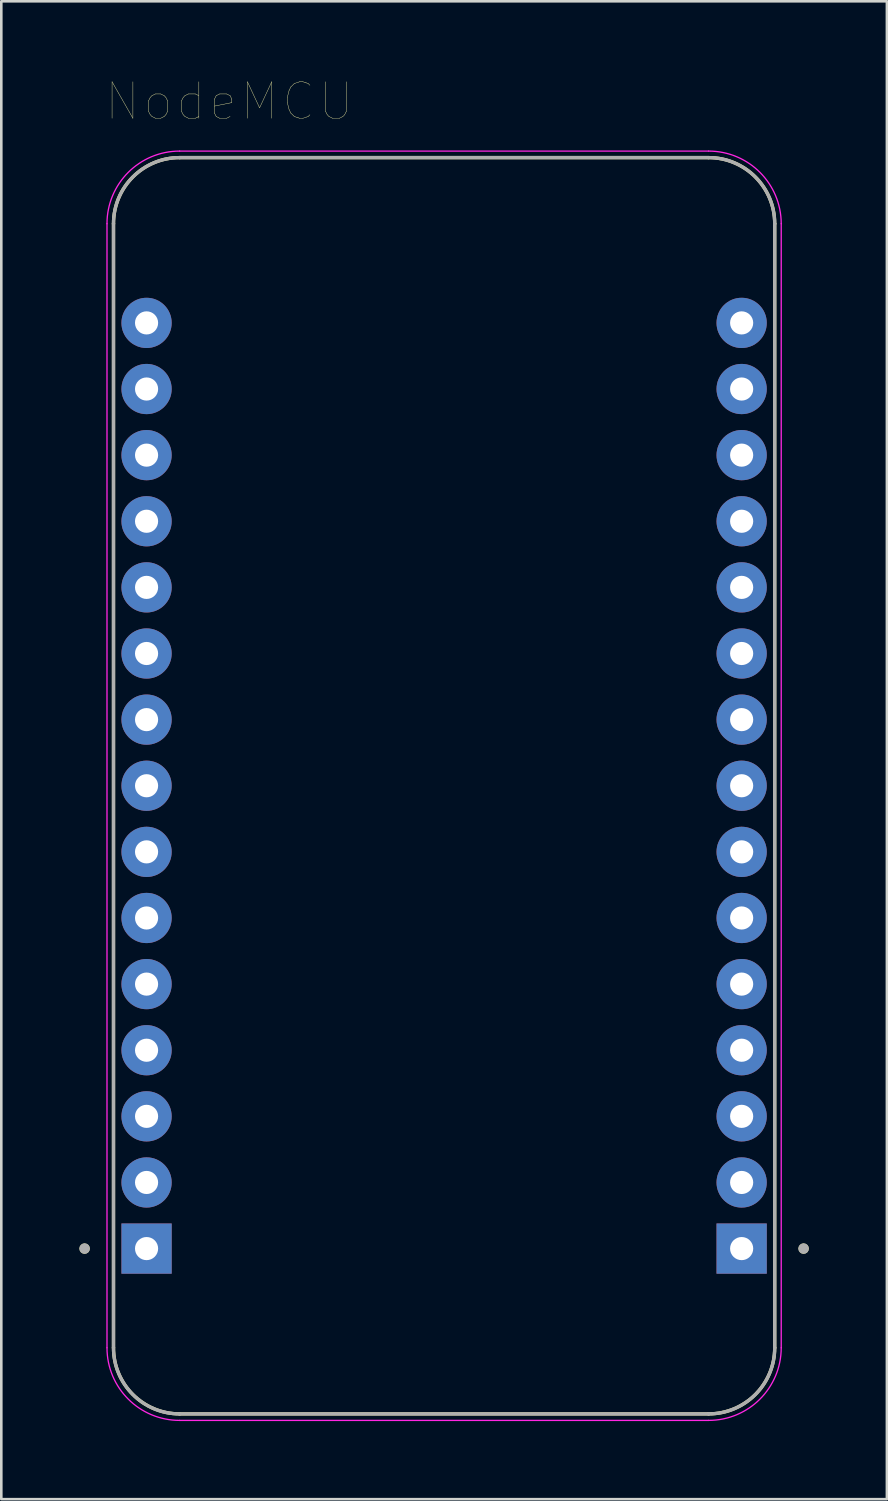
<source format=kicad_pcb>
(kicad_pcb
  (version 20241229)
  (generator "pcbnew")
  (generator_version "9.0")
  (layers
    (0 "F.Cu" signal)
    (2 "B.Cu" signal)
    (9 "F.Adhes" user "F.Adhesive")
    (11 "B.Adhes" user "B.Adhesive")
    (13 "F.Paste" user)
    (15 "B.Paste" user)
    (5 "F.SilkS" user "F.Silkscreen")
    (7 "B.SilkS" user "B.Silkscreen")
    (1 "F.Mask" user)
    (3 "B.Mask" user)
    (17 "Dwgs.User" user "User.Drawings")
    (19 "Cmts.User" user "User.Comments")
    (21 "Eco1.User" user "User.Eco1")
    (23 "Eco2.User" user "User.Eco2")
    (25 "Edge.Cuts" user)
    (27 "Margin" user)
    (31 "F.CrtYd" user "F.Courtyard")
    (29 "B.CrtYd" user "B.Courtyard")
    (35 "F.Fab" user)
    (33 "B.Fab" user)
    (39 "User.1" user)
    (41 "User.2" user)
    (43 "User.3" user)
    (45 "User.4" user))
  (footprint "NodeMCU"
    (layer "F.Cu")
    (at 14.01 27.134)
    (property "Reference" "NodeMCU" (at -8.255 -26.289 0) (layer "F.SilkS") (effects (font (size 1.4 1.4) (thickness 0.015))))
    (attr through_hole)
    (fp_line (start -12.7 21.59) (end -12.7 -21.59) (stroke (width 0.127) (type solid)) (layer "F.SilkS"))
    (fp_line (start -10.16 -24.13) (end 10.16 -24.13) (stroke (width 0.127) (type solid)) (layer "F.SilkS"))
    (fp_line (start 10.16 24.13) (end -10.16 24.13) (stroke (width 0.127) (type solid)) (layer "F.SilkS"))
    (fp_line (start 12.7 -21.59) (end 12.7 21.59) (stroke (width 0.127) (type solid)) (layer "F.SilkS"))
    (fp_arc (start -12.7 -21.59) (mid -11.956051 -23.386051) (end -10.16 -24.13) (stroke (width 0.127) (type solid)) (layer "F.SilkS"))
    (fp_arc (start -10.16 24.13) (mid -11.956051 23.386051) (end -12.7 21.59) (stroke (width 0.127) (type solid)) (layer "F.SilkS"))
    (fp_arc (start 10.16 -24.13) (mid 11.956051 -23.386051) (end 12.7 -21.59) (stroke (width 0.127) (type solid)) (layer "F.SilkS"))
    (fp_arc (start 12.7 21.59) (mid 11.956051 23.386051) (end 10.16 24.13) (stroke (width 0.127) (type solid)) (layer "F.SilkS"))
    (fp_circle (center -13.81 17.78) (end -13.91 17.78) (stroke (width 0.2) (type solid)) (fill no) (layer "F.SilkS"))
    (fp_circle (center 13.81 17.78) (end 13.71 17.78) (stroke (width 0.2) (type solid)) (fill no) (layer "F.SilkS"))
    (fp_line (start -12.95 21.59) (end -12.95 -21.59) (stroke (width 0.05) (type solid)) (layer "F.CrtYd"))
    (fp_line (start -10.16 -24.38) (end 10.16 -24.38) (stroke (width 0.05) (type solid)) (layer "F.CrtYd"))
    (fp_line (start 10.16 24.38) (end -10.16 24.38) (stroke (width 0.05) (type solid)) (layer "F.CrtYd"))
    (fp_line (start 12.95 -21.59) (end 12.95 21.59) (stroke (width 0.05) (type solid)) (layer "F.CrtYd"))
    (fp_arc (start -12.95 -21.59) (mid -12.132828 -23.562828) (end -10.16 -24.38) (stroke (width 0.05) (type solid)) (layer "F.CrtYd"))
    (fp_arc (start -10.16 24.38) (mid -12.132828 23.562828) (end -12.95 21.59) (stroke (width 0.05) (type solid)) (layer "F.CrtYd"))
    (fp_arc (start 10.16 -24.38) (mid 12.132828 -23.562828) (end 12.95 -21.59) (stroke (width 0.05) (type solid)) (layer "F.CrtYd"))
    (fp_arc (start 12.95 21.59) (mid 12.132828 23.562828) (end 10.16 24.38) (stroke (width 0.05) (type solid)) (layer "F.CrtYd"))
    (fp_line (start -12.7 21.59) (end -12.7 -21.59) (stroke (width 0.127) (type solid)) (layer "F.Fab"))
    (fp_line (start -10.16 -24.13) (end 10.16 -24.13) (stroke (width 0.127) (type solid)) (layer "F.Fab"))
    (fp_line (start 10.16 24.13) (end -10.16 24.13) (stroke (width 0.127) (type solid)) (layer "F.Fab"))
    (fp_line (start 12.7 -21.59) (end 12.7 21.59) (stroke (width 0.127) (type solid)) (layer "F.Fab"))
    (fp_arc (start -12.7 -21.59) (mid -11.956051 -23.386051) (end -10.16 -24.13) (stroke (width 0.127) (type solid)) (layer "F.Fab"))
    (fp_arc (start -10.16 24.13) (mid -11.956051 23.386051) (end -12.7 21.59) (stroke (width 0.127) (type solid)) (layer "F.Fab"))
    (fp_arc (start 10.16 -24.13) (mid 11.956051 -23.386051) (end 12.7 -21.59) (stroke (width 0.127) (type solid)) (layer "F.Fab"))
    (fp_arc (start 12.7 21.59) (mid 11.956051 23.386051) (end 10.16 24.13) (stroke (width 0.127) (type solid)) (layer "F.Fab"))
    (fp_circle (center -13.81 17.78) (end -13.91 17.78) (stroke (width 0.2) (type solid)) (fill no) (layer "F.Fab"))
    (fp_circle (center 13.81 17.78) (end 13.71 17.78) (stroke (width 0.2) (type solid)) (fill no) (layer "F.Fab"))
    (pad "3V3" thru_hole circle (at -11.43 7.62 180) (size 1.93 1.93) (drill 0.889) (layers "*.Cu" "*.Mask"))
    (pad "3V3" thru_hole circle (at 11.43 -5.08 180) (size 1.93 1.93) (drill 0.889) (layers "*.Cu" "*.Mask"))
    (pad "3V3" thru_hole rect (at 11.43 17.78 180) (size 1.93 1.93) (drill 0.889) (layers "*.Cu" "*.Mask"))
    (pad "A0" thru_hole circle (at -11.43 -17.78 180) (size 1.93 1.93) (drill 0.889) (layers "*.Cu" "*.Mask"))
    (pad "CLK" thru_hole circle (at -11.43 2.54 180) (size 1.93 1.93) (drill 0.889) (layers "*.Cu" "*.Mask"))
    (pad "CMD" thru_hole circle (at -11.43 -2.54 180) (size 1.93 1.93) (drill 0.889) (layers "*.Cu" "*.Mask"))
    (pad "D0" thru_hole circle (at 11.43 -17.78 180) (size 1.93 1.93) (drill 0.889) (layers "*.Cu" "*.Mask"))
    (pad "D1" thru_hole circle (at 11.43 -15.24 180) (size 1.93 1.93) (drill 0.889) (layers "*.Cu" "*.Mask"))
    (pad "D2" thru_hole circle (at 11.43 -12.7 180) (size 1.93 1.93) (drill 0.889) (layers "*.Cu" "*.Mask"))
    (pad "D3" thru_hole circle (at 11.43 -10.16 180) (size 1.93 1.93) (drill 0.889) (layers "*.Cu" "*.Mask"))
    (pad "D4" thru_hole circle (at 11.43 -7.62 180) (size 1.93 1.93) (drill 0.889) (layers "*.Cu" "*.Mask"))
    (pad "D5" thru_hole circle (at 11.43 0 180) (size 1.93 1.93) (drill 0.889) (layers "*.Cu" "*.Mask"))
    (pad "D6" thru_hole circle (at 11.43 2.54 180) (size 1.93 1.93) (drill 0.889) (layers "*.Cu" "*.Mask"))
    (pad "D7" thru_hole circle (at 11.43 5.08 180) (size 1.93 1.93) (drill 0.889) (layers "*.Cu" "*.Mask"))
    (pad "D8" thru_hole circle (at 11.43 7.62 180) (size 1.93 1.93) (drill 0.889) (layers "*.Cu" "*.Mask"))
    (pad "D9" thru_hole circle (at 11.43 10.16 180) (size 1.93 1.93) (drill 0.889) (layers "*.Cu" "*.Mask"))
    (pad "D10" thru_hole circle (at 11.43 12.7 180) (size 1.93 1.93) (drill 0.889) (layers "*.Cu" "*.Mask"))
    (pad "EN" thru_hole circle (at -11.43 10.16 180) (size 1.93 1.93) (drill 0.889) (layers "*.Cu" "*.Mask"))
    (pad "GND" thru_hole circle (at -11.43 5.08 180) (size 1.93 1.93) (drill 0.889) (layers "*.Cu" "*.Mask"))
    (pad "GND" thru_hole circle (at -11.43 15.24 180) (size 1.93 1.93) (drill 0.889) (layers "*.Cu" "*.Mask"))
    (pad "GND" thru_hole circle (at 11.43 -2.54 180) (size 1.93 1.93) (drill 0.889) (layers "*.Cu" "*.Mask"))
    (pad "GND" thru_hole circle (at 11.43 15.24 180) (size 1.93 1.93) (drill 0.889) (layers "*.Cu" "*.Mask"))
    (pad "RST" thru_hole circle (at -11.43 12.7 180) (size 1.93 1.93) (drill 0.889) (layers "*.Cu" "*.Mask"))
    (pad "RSV" thru_hole circle (at -11.43 -15.24 180) (size 1.93 1.93) (drill 0.889) (layers "*.Cu" "*.Mask"))
    (pad "RSV" thru_hole circle (at -11.43 -12.7 180) (size 1.93 1.93) (drill 0.889) (layers "*.Cu" "*.Mask"))
    (pad "SD0" thru_hole circle (at -11.43 0 180) (size 1.93 1.93) (drill 0.889) (layers "*.Cu" "*.Mask"))
    (pad "SD1" thru_hole circle (at -11.43 -5.08 180) (size 1.93 1.93) (drill 0.889) (layers "*.Cu" "*.Mask"))
    (pad "SD2" thru_hole circle (at -11.43 -7.62 180) (size 1.93 1.93) (drill 0.889) (layers "*.Cu" "*.Mask"))
    (pad "SD3" thru_hole circle (at -11.43 -10.16 180) (size 1.93 1.93) (drill 0.889) (layers "*.Cu" "*.Mask"))
    (pad "Vin" thru_hole rect (at -11.43 17.78 180) (size 1.93 1.93) (drill 0.889) (layers "*.Cu" "*.Mask")))
  (gr_rect
    (start -3 -3)
    (end 31.02 54.539)
    (stroke (width 0.1) (type default))
    (fill no)
    (layer "Edge.Cuts")))
</source>
